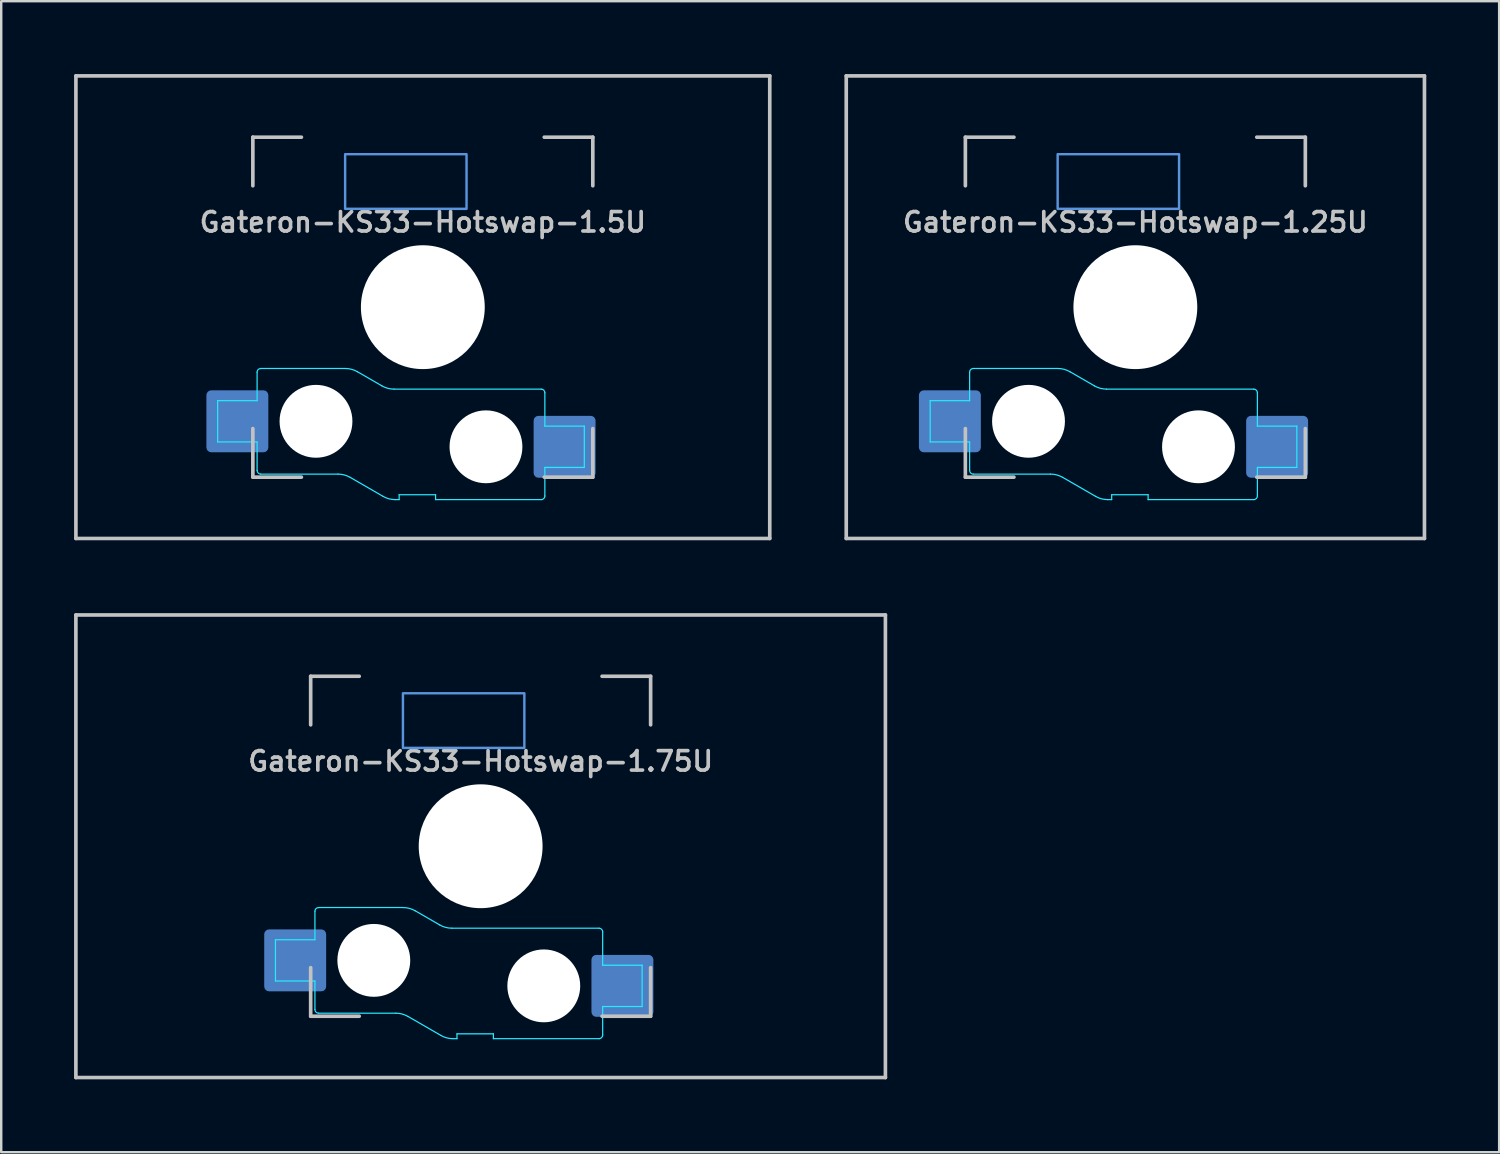
<source format=kicad_pcb>
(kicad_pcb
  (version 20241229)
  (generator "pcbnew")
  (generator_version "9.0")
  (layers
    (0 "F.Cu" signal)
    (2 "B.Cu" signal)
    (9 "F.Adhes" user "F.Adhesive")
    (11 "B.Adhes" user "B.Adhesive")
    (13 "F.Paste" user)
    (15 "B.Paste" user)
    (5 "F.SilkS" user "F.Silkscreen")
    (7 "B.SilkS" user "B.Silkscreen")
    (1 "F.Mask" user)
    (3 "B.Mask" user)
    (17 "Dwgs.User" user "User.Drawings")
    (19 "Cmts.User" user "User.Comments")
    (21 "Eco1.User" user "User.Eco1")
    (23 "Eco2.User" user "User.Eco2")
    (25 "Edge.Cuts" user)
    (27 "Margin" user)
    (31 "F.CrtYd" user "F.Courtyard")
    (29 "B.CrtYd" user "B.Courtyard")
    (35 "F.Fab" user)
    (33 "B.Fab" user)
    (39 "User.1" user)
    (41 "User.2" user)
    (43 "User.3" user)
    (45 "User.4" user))
  (footprint "Gateron-KS33-Hotswap-1.25U"
    (layer "F.Cu")
    (at 43.706 9.6)
    (property "Reference" "Gateron-KS33-Hotswap-1.25U" (at 0 -3.5 0) (layer "Dwgs.User") (effects (font (size 0.8 0.8) (thickness 0.15))))
    (attr smd)
    (fp_line (start -11.906 9.525) (end -11.906 -9.525) (stroke (width 0.15) (type solid)) (layer "Dwgs.User"))
    (fp_line (start -7 -7) (end -7 -5) (stroke (width 0.15) (type solid)) (layer "Dwgs.User"))
    (fp_line (start -7 5) (end -7 7) (stroke (width 0.15) (type solid)) (layer "Dwgs.User"))
    (fp_line (start -7 7) (end -5 7) (stroke (width 0.15) (type solid)) (layer "Dwgs.User"))
    (fp_line (start -5 -7) (end -7 -7) (stroke (width 0.15) (type solid)) (layer "Dwgs.User"))
    (fp_line (start 5 -7) (end 7 -7) (stroke (width 0.15) (type solid)) (layer "Dwgs.User"))
    (fp_line (start 5 7) (end 7 7) (stroke (width 0.15) (type solid)) (layer "Dwgs.User"))
    (fp_line (start 7 -7) (end 7 -5) (stroke (width 0.15) (type solid)) (layer "Dwgs.User"))
    (fp_line (start 7 7) (end 7 5) (stroke (width 0.15) (type solid)) (layer "Dwgs.User"))
    (fp_line (start 11.906 -9.525) (end -11.906 -9.525) (stroke (width 0.15) (type solid)) (layer "Dwgs.User"))
    (fp_line (start 11.906 9.525) (end -11.906 9.525) (stroke (width 0.15) (type solid)) (layer "Dwgs.User"))
    (fp_line (start 11.906 9.525) (end 11.906 -9.525) (stroke (width 0.15) (type solid)) (layer "Dwgs.User"))
    (fp_rect (start -3.2 -6.3) (end 1.8 -4.05) (stroke (width 0.1) (type default)) (fill no) (layer "Cmts.User"))
    (fp_line (start -8.45 3.85) (end -8.45 5.55) (stroke (width 0.05) (type solid)) (layer "B.CrtYd"))
    (fp_line (start -8.45 5.55) (end -6.825 5.55) (stroke (width 0.05) (type solid)) (layer "B.CrtYd"))
    (fp_line (start -6.825 2.675) (end -6.825 3.85) (stroke (width 0.05) (type solid)) (layer "B.CrtYd"))
    (fp_line (start -6.825 3.85) (end -8.45 3.85) (stroke (width 0.05) (type solid)) (layer "B.CrtYd"))
    (fp_line (start -6.825 5.55) (end -6.825 6.725) (stroke (width 0.05) (type solid)) (layer "B.CrtYd"))
    (fp_line (start -6.675 6.875) (end -3.493 6.875) (stroke (width 0.05) (type solid)) (layer "B.CrtYd"))
    (fp_line (start -3.193 2.525) (end -6.675 2.525) (stroke (width 0.05) (type solid)) (layer "B.CrtYd"))
    (fp_line (start -2.993 7.009) (end -1.638 7.791) (stroke (width 0.05) (type solid)) (layer "B.CrtYd"))
    (fp_line (start -1.685 3.241) (end -2.693 2.659) (stroke (width 0.05) (type solid)) (layer "B.CrtYd"))
    (fp_line (start -1.138 7.925) (end -0.975 7.925) (stroke (width 0.05) (type solid)) (layer "B.CrtYd"))
    (fp_line (start -0.975 7.725) (end 0.525 7.725) (stroke (width 0.05) (type solid)) (layer "B.CrtYd"))
    (fp_line (start -0.975 7.925) (end -0.975 7.725) (stroke (width 0.05) (type solid)) (layer "B.CrtYd"))
    (fp_line (start 0.525 7.725) (end 0.525 7.925) (stroke (width 0.05) (type solid)) (layer "B.CrtYd"))
    (fp_line (start 0.525 7.925) (end 4.875 7.925) (stroke (width 0.05) (type solid)) (layer "B.CrtYd"))
    (fp_line (start 4.875 3.375) (end -1.185 3.375) (stroke (width 0.05) (type solid)) (layer "B.CrtYd"))
    (fp_line (start 5.025 4.9) (end 5.025 3.525) (stroke (width 0.05) (type solid)) (layer "B.CrtYd"))
    (fp_line (start 5.025 6.6) (end 6.65 6.6) (stroke (width 0.05) (type solid)) (layer "B.CrtYd"))
    (fp_line (start 5.025 7.775) (end 5.025 6.6) (stroke (width 0.05) (type solid)) (layer "B.CrtYd"))
    (fp_line (start 6.65 4.9) (end 5.025 4.9) (stroke (width 0.05) (type solid)) (layer "B.CrtYd"))
    (fp_line (start 6.65 6.6) (end 6.65 4.9) (stroke (width 0.05) (type solid)) (layer "B.CrtYd"))
    (fp_arc (start -6.825 2.675) (mid -6.781066 2.568934) (end -6.675 2.525) (stroke (width 0.05) (type solid)) (layer "B.CrtYd"))
    (fp_arc (start -6.675 6.875) (mid -6.781066 6.831066) (end -6.825 6.725) (stroke (width 0.05) (type solid)) (layer "B.CrtYd"))
    (fp_arc (start -3.492949 6.875) (mid -3.23413 6.909074) (end -2.992949 7.008975) (stroke (width 0.05) (type solid)) (layer "B.CrtYd"))
    (fp_arc (start -3.192949 2.525) (mid -2.93413 2.559074) (end -2.692949 2.658975) (stroke (width 0.05) (type solid)) (layer "B.CrtYd"))
    (fp_arc (start -1.184808 3.375) (mid -1.443627 3.340926) (end -1.684808 3.241025) (stroke (width 0.05) (type solid)) (layer "B.CrtYd"))
    (fp_arc (start -1.138397 7.925) (mid -1.397216 7.890926) (end -1.638397 7.791025) (stroke (width 0.05) (type solid)) (layer "B.CrtYd"))
    (fp_arc (start 4.875 3.375) (mid 4.981066 3.418934) (end 5.025 3.525) (stroke (width 0.05) (type solid)) (layer "B.CrtYd"))
    (fp_arc (start 5.025 7.775) (mid 4.981066 7.881066) (end 4.875 7.925) (stroke (width 0.05) (type solid)) (layer "B.CrtYd"))
    (pad "" np_thru_hole circle (at -4.4 4.7 180) (size 3 3) (drill 3) (layers "*.Cu" "*.Mask"))
    (pad "" np_thru_hole circle (at 0 0 180) (size 5.1 5.1) (drill 5.1) (layers "*.Cu" "*.Mask"))
    (pad "" np_thru_hole circle (at 2.6 5.75 180) (size 3 3) (drill 3) (layers "*.Cu" "*.Mask"))
    (pad "1" smd roundrect (at -7.638 4.7 180) (size 2.55 2.55) (layers "B.Cu" "B.Mask" "B.Paste") (roundrect_rratio 0.078))
    (pad "2" smd roundrect (at 5.838 5.75 180) (size 2.55 2.55) (layers "B.Cu" "B.Mask" "B.Paste") (roundrect_rratio 0.078)))
  (footprint "Gateron-KS33-Hotswap-1.75U"
    (layer "F.Cu")
    (at 16.744 31.8)
    (property "Reference" "Gateron-KS33-Hotswap-1.75U" (at 0 -3.5 0) (layer "Dwgs.User") (effects (font (size 0.8 0.8) (thickness 0.15))))
    (attr smd)
    (fp_line (start -16.669 9.525) (end -16.669 -9.525) (stroke (width 0.15) (type solid)) (layer "Dwgs.User"))
    (fp_line (start -7 -7) (end -7 -5) (stroke (width 0.15) (type solid)) (layer "Dwgs.User"))
    (fp_line (start -7 5) (end -7 7) (stroke (width 0.15) (type solid)) (layer "Dwgs.User"))
    (fp_line (start -7 7) (end -5 7) (stroke (width 0.15) (type solid)) (layer "Dwgs.User"))
    (fp_line (start -5 -7) (end -7 -7) (stroke (width 0.15) (type solid)) (layer "Dwgs.User"))
    (fp_line (start 5 -7) (end 7 -7) (stroke (width 0.15) (type solid)) (layer "Dwgs.User"))
    (fp_line (start 5 7) (end 7 7) (stroke (width 0.15) (type solid)) (layer "Dwgs.User"))
    (fp_line (start 7 -7) (end 7 -5) (stroke (width 0.15) (type solid)) (layer "Dwgs.User"))
    (fp_line (start 7 7) (end 7 5) (stroke (width 0.15) (type solid)) (layer "Dwgs.User"))
    (fp_line (start 16.669 -9.525) (end -16.669 -9.525) (stroke (width 0.15) (type solid)) (layer "Dwgs.User"))
    (fp_line (start 16.669 9.525) (end -16.669 9.525) (stroke (width 0.15) (type solid)) (layer "Dwgs.User"))
    (fp_line (start 16.669 9.525) (end 16.669 -9.525) (stroke (width 0.15) (type solid)) (layer "Dwgs.User"))
    (fp_rect (start -3.2 -6.3) (end 1.8 -4.05) (stroke (width 0.1) (type default)) (fill no) (layer "Cmts.User"))
    (fp_line (start -8.45 3.85) (end -8.45 5.55) (stroke (width 0.05) (type solid)) (layer "B.CrtYd"))
    (fp_line (start -8.45 5.55) (end -6.825 5.55) (stroke (width 0.05) (type solid)) (layer "B.CrtYd"))
    (fp_line (start -6.825 2.675) (end -6.825 3.85) (stroke (width 0.05) (type solid)) (layer "B.CrtYd"))
    (fp_line (start -6.825 3.85) (end -8.45 3.85) (stroke (width 0.05) (type solid)) (layer "B.CrtYd"))
    (fp_line (start -6.825 5.55) (end -6.825 6.725) (stroke (width 0.05) (type solid)) (layer "B.CrtYd"))
    (fp_line (start -6.675 6.875) (end -3.493 6.875) (stroke (width 0.05) (type solid)) (layer "B.CrtYd"))
    (fp_line (start -3.193 2.525) (end -6.675 2.525) (stroke (width 0.05) (type solid)) (layer "B.CrtYd"))
    (fp_line (start -2.993 7.009) (end -1.638 7.791) (stroke (width 0.05) (type solid)) (layer "B.CrtYd"))
    (fp_line (start -1.685 3.241) (end -2.693 2.659) (stroke (width 0.05) (type solid)) (layer "B.CrtYd"))
    (fp_line (start -1.138 7.925) (end -0.975 7.925) (stroke (width 0.05) (type solid)) (layer "B.CrtYd"))
    (fp_line (start -0.975 7.725) (end 0.525 7.725) (stroke (width 0.05) (type solid)) (layer "B.CrtYd"))
    (fp_line (start -0.975 7.925) (end -0.975 7.725) (stroke (width 0.05) (type solid)) (layer "B.CrtYd"))
    (fp_line (start 0.525 7.725) (end 0.525 7.925) (stroke (width 0.05) (type solid)) (layer "B.CrtYd"))
    (fp_line (start 0.525 7.925) (end 4.875 7.925) (stroke (width 0.05) (type solid)) (layer "B.CrtYd"))
    (fp_line (start 4.875 3.375) (end -1.185 3.375) (stroke (width 0.05) (type solid)) (layer "B.CrtYd"))
    (fp_line (start 5.025 4.9) (end 5.025 3.525) (stroke (width 0.05) (type solid)) (layer "B.CrtYd"))
    (fp_line (start 5.025 6.6) (end 6.65 6.6) (stroke (width 0.05) (type solid)) (layer "B.CrtYd"))
    (fp_line (start 5.025 7.775) (end 5.025 6.6) (stroke (width 0.05) (type solid)) (layer "B.CrtYd"))
    (fp_line (start 6.65 4.9) (end 5.025 4.9) (stroke (width 0.05) (type solid)) (layer "B.CrtYd"))
    (fp_line (start 6.65 6.6) (end 6.65 4.9) (stroke (width 0.05) (type solid)) (layer "B.CrtYd"))
    (fp_arc (start -6.825 2.675) (mid -6.781066 2.568934) (end -6.675 2.525) (stroke (width 0.05) (type solid)) (layer "B.CrtYd"))
    (fp_arc (start -6.675 6.875) (mid -6.781066 6.831066) (end -6.825 6.725) (stroke (width 0.05) (type solid)) (layer "B.CrtYd"))
    (fp_arc (start -3.492949 6.875) (mid -3.23413 6.909074) (end -2.992949 7.008975) (stroke (width 0.05) (type solid)) (layer "B.CrtYd"))
    (fp_arc (start -3.192949 2.525) (mid -2.93413 2.559074) (end -2.692949 2.658975) (stroke (width 0.05) (type solid)) (layer "B.CrtYd"))
    (fp_arc (start -1.184808 3.375) (mid -1.443627 3.340926) (end -1.684808 3.241025) (stroke (width 0.05) (type solid)) (layer "B.CrtYd"))
    (fp_arc (start -1.138397 7.925) (mid -1.397216 7.890926) (end -1.638397 7.791025) (stroke (width 0.05) (type solid)) (layer "B.CrtYd"))
    (fp_arc (start 4.875 3.375) (mid 4.981066 3.418934) (end 5.025 3.525) (stroke (width 0.05) (type solid)) (layer "B.CrtYd"))
    (fp_arc (start 5.025 7.775) (mid 4.981066 7.881066) (end 4.875 7.925) (stroke (width 0.05) (type solid)) (layer "B.CrtYd"))
    (pad "" np_thru_hole circle (at -4.4 4.7 180) (size 3 3) (drill 3) (layers "*.Cu" "*.Mask"))
    (pad "" np_thru_hole circle (at 0 0 180) (size 5.1 5.1) (drill 5.1) (layers "*.Cu" "*.Mask"))
    (pad "" np_thru_hole circle (at 2.6 5.75 180) (size 3 3) (drill 3) (layers "*.Cu" "*.Mask"))
    (pad "1" smd roundrect (at -7.638 4.7 180) (size 2.55 2.55) (layers "B.Cu" "B.Mask" "B.Paste") (roundrect_rratio 0.078))
    (pad "2" smd roundrect (at 5.838 5.75 180) (size 2.55 2.55) (layers "B.Cu" "B.Mask" "B.Paste") (roundrect_rratio 0.078)))
  (footprint "Gateron-KS33-Hotswap-1.5U"
    (layer "F.Cu")
    (at 14.363 9.6)
    (property "Reference" "Gateron-KS33-Hotswap-1.5U" (at 0 -3.5 0) (layer "Dwgs.User") (effects (font (size 0.8 0.8) (thickness 0.15))))
    (attr smd)
    (fp_line (start -14.287 9.525) (end -14.287 -9.525) (stroke (width 0.15) (type solid)) (layer "Dwgs.User"))
    (fp_line (start -7 -7) (end -7 -5) (stroke (width 0.15) (type solid)) (layer "Dwgs.User"))
    (fp_line (start -7 5) (end -7 7) (stroke (width 0.15) (type solid)) (layer "Dwgs.User"))
    (fp_line (start -7 7) (end -5 7) (stroke (width 0.15) (type solid)) (layer "Dwgs.User"))
    (fp_line (start -5 -7) (end -7 -7) (stroke (width 0.15) (type solid)) (layer "Dwgs.User"))
    (fp_line (start 5 -7) (end 7 -7) (stroke (width 0.15) (type solid)) (layer "Dwgs.User"))
    (fp_line (start 5 7) (end 7 7) (stroke (width 0.15) (type solid)) (layer "Dwgs.User"))
    (fp_line (start 7 -7) (end 7 -5) (stroke (width 0.15) (type solid)) (layer "Dwgs.User"))
    (fp_line (start 7 7) (end 7 5) (stroke (width 0.15) (type solid)) (layer "Dwgs.User"))
    (fp_line (start 14.287 -9.525) (end -14.287 -9.525) (stroke (width 0.15) (type solid)) (layer "Dwgs.User"))
    (fp_line (start 14.287 9.525) (end -14.287 9.525) (stroke (width 0.15) (type solid)) (layer "Dwgs.User"))
    (fp_line (start 14.287 9.525) (end 14.287 -9.525) (stroke (width 0.15) (type solid)) (layer "Dwgs.User"))
    (fp_rect (start -3.2 -6.3) (end 1.8 -4.05) (stroke (width 0.1) (type default)) (fill no) (layer "Cmts.User"))
    (fp_line (start -8.45 3.85) (end -8.45 5.55) (stroke (width 0.05) (type solid)) (layer "B.CrtYd"))
    (fp_line (start -8.45 5.55) (end -6.825 5.55) (stroke (width 0.05) (type solid)) (layer "B.CrtYd"))
    (fp_line (start -6.825 2.675) (end -6.825 3.85) (stroke (width 0.05) (type solid)) (layer "B.CrtYd"))
    (fp_line (start -6.825 3.85) (end -8.45 3.85) (stroke (width 0.05) (type solid)) (layer "B.CrtYd"))
    (fp_line (start -6.825 5.55) (end -6.825 6.725) (stroke (width 0.05) (type solid)) (layer "B.CrtYd"))
    (fp_line (start -6.675 6.875) (end -3.493 6.875) (stroke (width 0.05) (type solid)) (layer "B.CrtYd"))
    (fp_line (start -3.193 2.525) (end -6.675 2.525) (stroke (width 0.05) (type solid)) (layer "B.CrtYd"))
    (fp_line (start -2.993 7.009) (end -1.638 7.791) (stroke (width 0.05) (type solid)) (layer "B.CrtYd"))
    (fp_line (start -1.685 3.241) (end -2.693 2.659) (stroke (width 0.05) (type solid)) (layer "B.CrtYd"))
    (fp_line (start -1.138 7.925) (end -0.975 7.925) (stroke (width 0.05) (type solid)) (layer "B.CrtYd"))
    (fp_line (start -0.975 7.725) (end 0.525 7.725) (stroke (width 0.05) (type solid)) (layer "B.CrtYd"))
    (fp_line (start -0.975 7.925) (end -0.975 7.725) (stroke (width 0.05) (type solid)) (layer "B.CrtYd"))
    (fp_line (start 0.525 7.725) (end 0.525 7.925) (stroke (width 0.05) (type solid)) (layer "B.CrtYd"))
    (fp_line (start 0.525 7.925) (end 4.875 7.925) (stroke (width 0.05) (type solid)) (layer "B.CrtYd"))
    (fp_line (start 4.875 3.375) (end -1.185 3.375) (stroke (width 0.05) (type solid)) (layer "B.CrtYd"))
    (fp_line (start 5.025 4.9) (end 5.025 3.525) (stroke (width 0.05) (type solid)) (layer "B.CrtYd"))
    (fp_line (start 5.025 6.6) (end 6.65 6.6) (stroke (width 0.05) (type solid)) (layer "B.CrtYd"))
    (fp_line (start 5.025 7.775) (end 5.025 6.6) (stroke (width 0.05) (type solid)) (layer "B.CrtYd"))
    (fp_line (start 6.65 4.9) (end 5.025 4.9) (stroke (width 0.05) (type solid)) (layer "B.CrtYd"))
    (fp_line (start 6.65 6.6) (end 6.65 4.9) (stroke (width 0.05) (type solid)) (layer "B.CrtYd"))
    (fp_arc (start -6.825 2.675) (mid -6.781066 2.568934) (end -6.675 2.525) (stroke (width 0.05) (type solid)) (layer "B.CrtYd"))
    (fp_arc (start -6.675 6.875) (mid -6.781066 6.831066) (end -6.825 6.725) (stroke (width 0.05) (type solid)) (layer "B.CrtYd"))
    (fp_arc (start -3.492949 6.875) (mid -3.23413 6.909074) (end -2.992949 7.008975) (stroke (width 0.05) (type solid)) (layer "B.CrtYd"))
    (fp_arc (start -3.192949 2.525) (mid -2.93413 2.559074) (end -2.692949 2.658975) (stroke (width 0.05) (type solid)) (layer "B.CrtYd"))
    (fp_arc (start -1.184808 3.375) (mid -1.443627 3.340926) (end -1.684808 3.241025) (stroke (width 0.05) (type solid)) (layer "B.CrtYd"))
    (fp_arc (start -1.138397 7.925) (mid -1.397216 7.890926) (end -1.638397 7.791025) (stroke (width 0.05) (type solid)) (layer "B.CrtYd"))
    (fp_arc (start 4.875 3.375) (mid 4.981066 3.418934) (end 5.025 3.525) (stroke (width 0.05) (type solid)) (layer "B.CrtYd"))
    (fp_arc (start 5.025 7.775) (mid 4.981066 7.881066) (end 4.875 7.925) (stroke (width 0.05) (type solid)) (layer "B.CrtYd"))
    (pad "" np_thru_hole circle (at -4.4 4.7 180) (size 3 3) (drill 3) (layers "*.Cu" "*.Mask"))
    (pad "" np_thru_hole circle (at 0 0 180) (size 5.1 5.1) (drill 5.1) (layers "*.Cu" "*.Mask"))
    (pad "" np_thru_hole circle (at 2.6 5.75 180) (size 3 3) (drill 3) (layers "*.Cu" "*.Mask"))
    (pad "1" smd roundrect (at -7.638 4.7 180) (size 2.55 2.55) (layers "B.Cu" "B.Mask" "B.Paste") (roundrect_rratio 0.078))
    (pad "2" smd roundrect (at 5.838 5.75 180) (size 2.55 2.55) (layers "B.Cu" "B.Mask" "B.Paste") (roundrect_rratio 0.078)))
  (gr_rect
    (start -3 -3)
    (end 58.688 44.4)
    (stroke (width 0.1) (type default))
    (fill no)
    (layer "Edge.Cuts")))
</source>
